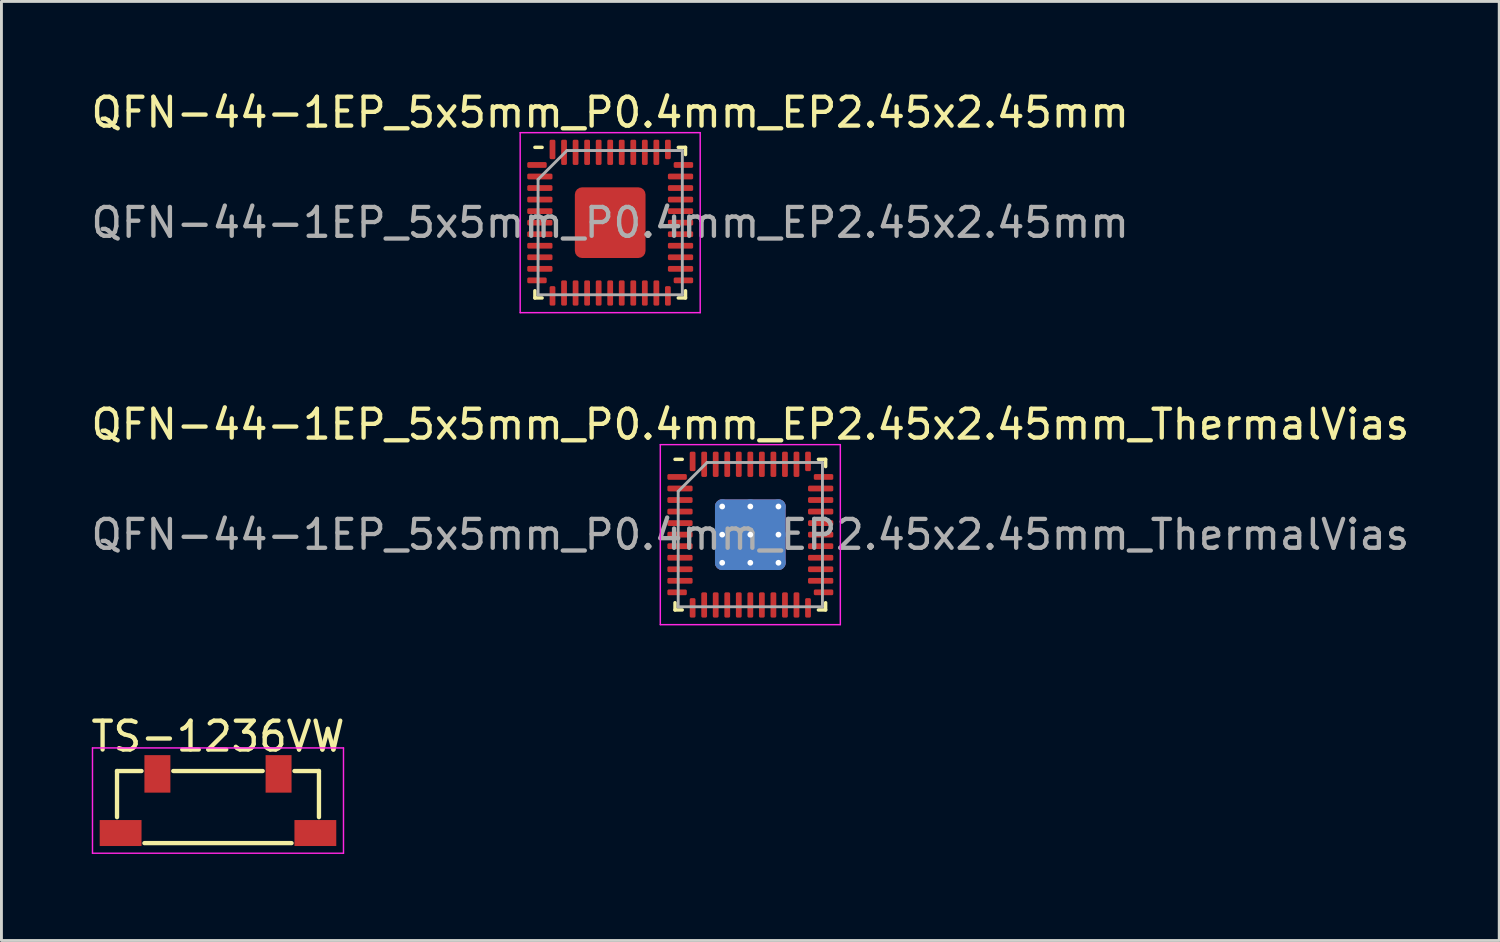
<source format=kicad_pcb>
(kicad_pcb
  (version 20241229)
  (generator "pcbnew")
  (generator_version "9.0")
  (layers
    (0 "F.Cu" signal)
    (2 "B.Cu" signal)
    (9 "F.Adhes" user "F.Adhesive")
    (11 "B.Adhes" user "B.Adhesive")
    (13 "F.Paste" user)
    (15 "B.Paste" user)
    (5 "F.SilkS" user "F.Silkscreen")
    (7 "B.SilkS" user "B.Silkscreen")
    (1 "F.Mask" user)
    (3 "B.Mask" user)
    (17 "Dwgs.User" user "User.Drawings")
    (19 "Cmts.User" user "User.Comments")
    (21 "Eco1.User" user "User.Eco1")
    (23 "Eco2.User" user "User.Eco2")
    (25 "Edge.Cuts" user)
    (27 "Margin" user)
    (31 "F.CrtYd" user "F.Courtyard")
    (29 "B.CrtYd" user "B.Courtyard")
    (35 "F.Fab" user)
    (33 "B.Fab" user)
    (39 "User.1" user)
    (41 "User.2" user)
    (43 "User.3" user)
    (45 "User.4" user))
  (footprint "TS-1236VW"
    (layer "F.Cu")
    (at 4.506 24.675)
    (property "Reference" "TS-1236VW" (at 0 -2.2 0) (layer "F.SilkS") (effects (font (size 1 1) (thickness 0.15))))
    (attr through_hole)
    (fp_line (start -3.5 -1) (end -3.5 0.6) (stroke (width 0.15) (type solid)) (layer "F.SilkS"))
    (fp_line (start -2.65 -1) (end -3.5 -1) (stroke (width 0.15) (type solid)) (layer "F.SilkS"))
    (fp_line (start -2.55 1.5) (end 2.55 1.5) (stroke (width 0.15) (type solid)) (layer "F.SilkS"))
    (fp_line (start 1.55 -1) (end -1.55 -1) (stroke (width 0.15) (type solid)) (layer "F.SilkS"))
    (fp_line (start 3.5 -1) (end 2.65 -1) (stroke (width 0.15) (type solid)) (layer "F.SilkS"))
    (fp_line (start 3.5 0.6) (end 3.5 -1) (stroke (width 0.15) (type solid)) (layer "F.SilkS"))
    (fp_line (start -4.35 -1.8) (end -4.35 1.85) (stroke (width 0.05) (type solid)) (layer "F.CrtYd"))
    (fp_line (start -4.35 1.85) (end 4.35 1.85) (stroke (width 0.05) (type solid)) (layer "F.CrtYd"))
    (fp_line (start 4.35 -1.8) (end -4.35 -1.8) (stroke (width 0.05) (type solid)) (layer "F.CrtYd"))
    (fp_line (start 4.35 1.85) (end 4.35 -1.8) (stroke (width 0.05) (type solid)) (layer "F.CrtYd"))
    (pad "1" smd rect (at -2.1 -0.9) (size 0.9 1.3) (layers "F.Cu" "F.Mask" "F.Paste"))
    (pad "2" smd rect (at 2.1 -0.9) (size 0.9 1.3) (layers "F.Cu" "F.Mask" "F.Paste"))
    (pad "M" smd rect (at -3.375 1.15) (size 1.45 0.9) (layers "F.Cu" "F.Mask" "F.Paste"))
    (pad "M" smd rect (at 3.375 1.15) (size 1.45 0.9) (layers "F.Cu" "F.Mask" "F.Paste")))
  (footprint "QFN-44-1EP_5x5mm_P0.4mm_EP2.45x2.45mm_ThermalVias"
    (layer "F.Cu")
    (at 22.958 15.482)
    (property "Reference" "QFN-44-1EP_5x5mm_P0.4mm_EP2.45x2.45mm_ThermalVias" (at 0 -3.82 0) (layer "F.SilkS") (effects (font (size 1 1) (thickness 0.15))))
    (attr smd)
    (fp_line (start -2.61 2.61) (end -2.61 2.36) (stroke (width 0.12) (type solid)) (layer "F.SilkS"))
    (fp_line (start -2.36 -2.61) (end -2.61 -2.61) (stroke (width 0.12) (type solid)) (layer "F.SilkS"))
    (fp_line (start -2.36 2.61) (end -2.61 2.61) (stroke (width 0.12) (type solid)) (layer "F.SilkS"))
    (fp_line (start 2.36 -2.61) (end 2.61 -2.61) (stroke (width 0.12) (type solid)) (layer "F.SilkS"))
    (fp_line (start 2.36 2.61) (end 2.61 2.61) (stroke (width 0.12) (type solid)) (layer "F.SilkS"))
    (fp_line (start 2.61 -2.61) (end 2.61 -2.36) (stroke (width 0.12) (type solid)) (layer "F.SilkS"))
    (fp_line (start 2.61 2.61) (end 2.61 2.36) (stroke (width 0.12) (type solid)) (layer "F.SilkS"))
    (fp_line (start -3.12 -3.12) (end -3.12 3.12) (stroke (width 0.05) (type solid)) (layer "F.CrtYd"))
    (fp_line (start -3.12 3.12) (end 3.12 3.12) (stroke (width 0.05) (type solid)) (layer "F.CrtYd"))
    (fp_line (start 3.12 -3.12) (end -3.12 -3.12) (stroke (width 0.05) (type solid)) (layer "F.CrtYd"))
    (fp_line (start 3.12 3.12) (end 3.12 -3.12) (stroke (width 0.05) (type solid)) (layer "F.CrtYd"))
    (fp_line (start -2.5 -1.5) (end -1.5 -2.5) (stroke (width 0.1) (type solid)) (layer "F.Fab"))
    (fp_line (start -2.5 2.5) (end -2.5 -1.5) (stroke (width 0.1) (type solid)) (layer "F.Fab"))
    (fp_line (start -1.5 -2.5) (end 2.5 -2.5) (stroke (width 0.1) (type solid)) (layer "F.Fab"))
    (fp_line (start 2.5 -2.5) (end 2.5 2.5) (stroke (width 0.1) (type solid)) (layer "F.Fab"))
    (fp_line (start 2.5 2.5) (end -2.5 2.5) (stroke (width 0.1) (type solid)) (layer "F.Fab"))
    (fp_text user "${REFERENCE}" (at 0 0 0) (layer "F.Fab") (effects (font (size 1 1) (thickness 0.15))))
    (pad "" smd custom (at -0.487 -0.487) (size 0.767 0.767) (layers "F.Paste") (options (anchor circle)) (primitives (gr_poly (pts (xy -0.293 -0.143) (xy -0.143 -0.293) (xy 0.143 -0.293) (xy 0.293 -0.143) (xy 0.293 0.143) (xy 0.143 0.293) (xy -0.143 0.293) (xy -0.293 0.143)) (width 0.363) (fill yes))))
    (pad "" smd custom (at -0.487 0.487) (size 0.767 0.767) (layers "F.Paste") (options (anchor circle)) (primitives (gr_poly (pts (xy -0.293 -0.143) (xy -0.143 -0.293) (xy 0.143 -0.293) (xy 0.293 -0.143) (xy 0.293 0.143) (xy 0.143 0.293) (xy -0.143 0.293) (xy -0.293 0.143)) (width 0.363) (fill yes))))
    (pad "" smd custom (at 0.487 -0.487) (size 0.767 0.767) (layers "F.Paste") (options (anchor circle)) (primitives (gr_poly (pts (xy -0.293 -0.143) (xy -0.143 -0.293) (xy 0.143 -0.293) (xy 0.293 -0.143) (xy 0.293 0.143) (xy 0.143 0.293) (xy -0.143 0.293) (xy -0.293 0.143)) (width 0.363) (fill yes))))
    (pad "" smd custom (at 0.487 0.487) (size 0.767 0.767) (layers "F.Paste") (options (anchor circle)) (primitives (gr_poly (pts (xy -0.293 -0.143) (xy -0.143 -0.293) (xy 0.143 -0.293) (xy 0.293 -0.143) (xy 0.293 0.143) (xy 0.143 0.293) (xy -0.143 0.293) (xy -0.293 0.143)) (width 0.363) (fill yes))))
    (pad "1" smd roundrect (at -2.538 -2) (size 0.675 0.2) (layers "F.Cu" "F.Mask" "F.Paste") (roundrect_rratio 0.25))
    (pad "2" smd roundrect (at -2.438 -1.6) (size 0.875 0.2) (layers "F.Cu" "F.Mask" "F.Paste") (roundrect_rratio 0.25))
    (pad "3" smd roundrect (at -2.438 -1.2) (size 0.875 0.2) (layers "F.Cu" "F.Mask" "F.Paste") (roundrect_rratio 0.25))
    (pad "4" smd roundrect (at -2.438 -0.8) (size 0.875 0.2) (layers "F.Cu" "F.Mask" "F.Paste") (roundrect_rratio 0.25))
    (pad "5" smd roundrect (at -2.438 -0.4) (size 0.875 0.2) (layers "F.Cu" "F.Mask" "F.Paste") (roundrect_rratio 0.25))
    (pad "6" smd roundrect (at -2.438 0) (size 0.875 0.2) (layers "F.Cu" "F.Mask" "F.Paste") (roundrect_rratio 0.25))
    (pad "7" smd roundrect (at -2.438 0.4) (size 0.875 0.2) (layers "F.Cu" "F.Mask" "F.Paste") (roundrect_rratio 0.25))
    (pad "8" smd roundrect (at -2.438 0.8) (size 0.875 0.2) (layers "F.Cu" "F.Mask" "F.Paste") (roundrect_rratio 0.25))
    (pad "9" smd roundrect (at -2.438 1.2) (size 0.875 0.2) (layers "F.Cu" "F.Mask" "F.Paste") (roundrect_rratio 0.25))
    (pad "10" smd roundrect (at -2.438 1.6) (size 0.875 0.2) (layers "F.Cu" "F.Mask" "F.Paste") (roundrect_rratio 0.25))
    (pad "11" smd roundrect (at -2.538 2) (size 0.675 0.2) (layers "F.Cu" "F.Mask" "F.Paste") (roundrect_rratio 0.25))
    (pad "12" smd roundrect (at -2 2.538) (size 0.2 0.675) (layers "F.Cu" "F.Mask" "F.Paste") (roundrect_rratio 0.25))
    (pad "13" smd roundrect (at -1.6 2.438) (size 0.2 0.875) (layers "F.Cu" "F.Mask" "F.Paste") (roundrect_rratio 0.25))
    (pad "14" smd roundrect (at -1.2 2.438) (size 0.2 0.875) (layers "F.Cu" "F.Mask" "F.Paste") (roundrect_rratio 0.25))
    (pad "15" smd roundrect (at -0.8 2.438) (size 0.2 0.875) (layers "F.Cu" "F.Mask" "F.Paste") (roundrect_rratio 0.25))
    (pad "16" smd roundrect (at -0.4 2.438) (size 0.2 0.875) (layers "F.Cu" "F.Mask" "F.Paste") (roundrect_rratio 0.25))
    (pad "17" smd roundrect (at 0 2.438) (size 0.2 0.875) (layers "F.Cu" "F.Mask" "F.Paste") (roundrect_rratio 0.25))
    (pad "18" smd roundrect (at 0.4 2.438) (size 0.2 0.875) (layers "F.Cu" "F.Mask" "F.Paste") (roundrect_rratio 0.25))
    (pad "19" smd roundrect (at 0.8 2.438) (size 0.2 0.875) (layers "F.Cu" "F.Mask" "F.Paste") (roundrect_rratio 0.25))
    (pad "20" smd roundrect (at 1.2 2.438) (size 0.2 0.875) (layers "F.Cu" "F.Mask" "F.Paste") (roundrect_rratio 0.25))
    (pad "21" smd roundrect (at 1.6 2.438) (size 0.2 0.875) (layers "F.Cu" "F.Mask" "F.Paste") (roundrect_rratio 0.25))
    (pad "22" smd roundrect (at 2 2.538) (size 0.2 0.675) (layers "F.Cu" "F.Mask" "F.Paste") (roundrect_rratio 0.25))
    (pad "23" smd roundrect (at 2.538 2) (size 0.675 0.2) (layers "F.Cu" "F.Mask" "F.Paste") (roundrect_rratio 0.25))
    (pad "24" smd roundrect (at 2.438 1.6) (size 0.875 0.2) (layers "F.Cu" "F.Mask" "F.Paste") (roundrect_rratio 0.25))
    (pad "25" smd roundrect (at 2.438 1.2) (size 0.875 0.2) (layers "F.Cu" "F.Mask" "F.Paste") (roundrect_rratio 0.25))
    (pad "26" smd roundrect (at 2.438 0.8) (size 0.875 0.2) (layers "F.Cu" "F.Mask" "F.Paste") (roundrect_rratio 0.25))
    (pad "27" smd roundrect (at 2.438 0.4) (size 0.875 0.2) (layers "F.Cu" "F.Mask" "F.Paste") (roundrect_rratio 0.25))
    (pad "28" smd roundrect (at 2.438 0) (size 0.875 0.2) (layers "F.Cu" "F.Mask" "F.Paste") (roundrect_rratio 0.25))
    (pad "29" smd roundrect (at 2.438 -0.4) (size 0.875 0.2) (layers "F.Cu" "F.Mask" "F.Paste") (roundrect_rratio 0.25))
    (pad "30" smd roundrect (at 2.438 -0.8) (size 0.875 0.2) (layers "F.Cu" "F.Mask" "F.Paste") (roundrect_rratio 0.25))
    (pad "31" smd roundrect (at 2.438 -1.2) (size 0.875 0.2) (layers "F.Cu" "F.Mask" "F.Paste") (roundrect_rratio 0.25))
    (pad "32" smd roundrect (at 2.438 -1.6) (size 0.875 0.2) (layers "F.Cu" "F.Mask" "F.Paste") (roundrect_rratio 0.25))
    (pad "33" smd roundrect (at 2.538 -2) (size 0.675 0.2) (layers "F.Cu" "F.Mask" "F.Paste") (roundrect_rratio 0.25))
    (pad "34" smd roundrect (at 2 -2.538) (size 0.2 0.675) (layers "F.Cu" "F.Mask" "F.Paste") (roundrect_rratio 0.25))
    (pad "35" smd roundrect (at 1.6 -2.438) (size 0.2 0.875) (layers "F.Cu" "F.Mask" "F.Paste") (roundrect_rratio 0.25))
    (pad "36" smd roundrect (at 1.2 -2.438) (size 0.2 0.875) (layers "F.Cu" "F.Mask" "F.Paste") (roundrect_rratio 0.25))
    (pad "37" smd roundrect (at 0.8 -2.438) (size 0.2 0.875) (layers "F.Cu" "F.Mask" "F.Paste") (roundrect_rratio 0.25))
    (pad "38" smd roundrect (at 0.4 -2.438) (size 0.2 0.875) (layers "F.Cu" "F.Mask" "F.Paste") (roundrect_rratio 0.25))
    (pad "39" smd roundrect (at 0 -2.438) (size 0.2 0.875) (layers "F.Cu" "F.Mask" "F.Paste") (roundrect_rratio 0.25))
    (pad "40" smd roundrect (at -0.4 -2.438) (size 0.2 0.875) (layers "F.Cu" "F.Mask" "F.Paste") (roundrect_rratio 0.25))
    (pad "41" smd roundrect (at -0.8 -2.438) (size 0.2 0.875) (layers "F.Cu" "F.Mask" "F.Paste") (roundrect_rratio 0.25))
    (pad "42" smd roundrect (at -1.2 -2.438) (size 0.2 0.875) (layers "F.Cu" "F.Mask" "F.Paste") (roundrect_rratio 0.25))
    (pad "43" smd roundrect (at -1.6 -2.438) (size 0.2 0.875) (layers "F.Cu" "F.Mask" "F.Paste") (roundrect_rratio 0.25))
    (pad "44" smd roundrect (at -2 -2.538) (size 0.2 0.675) (layers "F.Cu" "F.Mask" "F.Paste") (roundrect_rratio 0.25))
    (pad "45" thru_hole circle (at -0.975 -0.975) (size 0.5 0.5) (drill 0.2) (layers "*.Cu"))
    (pad "45" thru_hole circle (at -0.975 0) (size 0.5 0.5) (drill 0.2) (layers "*.Cu"))
    (pad "45" thru_hole circle (at -0.975 0.975) (size 0.5 0.5) (drill 0.2) (layers "*.Cu"))
    (pad "45" thru_hole circle (at 0 -0.975) (size 0.5 0.5) (drill 0.2) (layers "*.Cu"))
    (pad "45" thru_hole circle (at 0 0) (size 0.5 0.5) (drill 0.2) (layers "*.Cu"))
    (pad "45" smd roundrect (at 0 0) (size 2.45 2.45) (layers "F.Cu" "F.Mask") (roundrect_rratio 0.102))
    (pad "45" smd roundrect (at 0 0) (size 2.45 2.45) (layers "B.Cu") (roundrect_rratio 0.102))
    (pad "45" thru_hole circle (at 0 0.975) (size 0.5 0.5) (drill 0.2) (layers "*.Cu"))
    (pad "45" thru_hole circle (at 0.975 -0.975) (size 0.5 0.5) (drill 0.2) (layers "*.Cu"))
    (pad "45" thru_hole circle (at 0.975 0) (size 0.5 0.5) (drill 0.2) (layers "*.Cu"))
    (pad "45" thru_hole circle (at 0.975 0.975) (size 0.5 0.5) (drill 0.2) (layers "*.Cu")))
  (footprint "QFN-44-1EP_5x5mm_P0.4mm_EP2.45x2.45mm"
    (layer "F.Cu")
    (at 18.101 4.668)
    (property "Reference" "QFN-44-1EP_5x5mm_P0.4mm_EP2.45x2.45mm" (at 0 -3.82 0) (layer "F.SilkS") (effects (font (size 1 1) (thickness 0.15))))
    (attr smd)
    (fp_line (start -2.61 2.61) (end -2.61 2.36) (stroke (width 0.12) (type solid)) (layer "F.SilkS"))
    (fp_line (start -2.36 -2.61) (end -2.61 -2.61) (stroke (width 0.12) (type solid)) (layer "F.SilkS"))
    (fp_line (start -2.36 2.61) (end -2.61 2.61) (stroke (width 0.12) (type solid)) (layer "F.SilkS"))
    (fp_line (start 2.36 -2.61) (end 2.61 -2.61) (stroke (width 0.12) (type solid)) (layer "F.SilkS"))
    (fp_line (start 2.36 2.61) (end 2.61 2.61) (stroke (width 0.12) (type solid)) (layer "F.SilkS"))
    (fp_line (start 2.61 -2.61) (end 2.61 -2.36) (stroke (width 0.12) (type solid)) (layer "F.SilkS"))
    (fp_line (start 2.61 2.61) (end 2.61 2.36) (stroke (width 0.12) (type solid)) (layer "F.SilkS"))
    (fp_line (start -3.12 -3.12) (end -3.12 3.12) (stroke (width 0.05) (type solid)) (layer "F.CrtYd"))
    (fp_line (start -3.12 3.12) (end 3.12 3.12) (stroke (width 0.05) (type solid)) (layer "F.CrtYd"))
    (fp_line (start 3.12 -3.12) (end -3.12 -3.12) (stroke (width 0.05) (type solid)) (layer "F.CrtYd"))
    (fp_line (start 3.12 3.12) (end 3.12 -3.12) (stroke (width 0.05) (type solid)) (layer "F.CrtYd"))
    (fp_line (start -2.5 -1.5) (end -1.5 -2.5) (stroke (width 0.1) (type solid)) (layer "F.Fab"))
    (fp_line (start -2.5 2.5) (end -2.5 -1.5) (stroke (width 0.1) (type solid)) (layer "F.Fab"))
    (fp_line (start -1.5 -2.5) (end 2.5 -2.5) (stroke (width 0.1) (type solid)) (layer "F.Fab"))
    (fp_line (start 2.5 -2.5) (end 2.5 2.5) (stroke (width 0.1) (type solid)) (layer "F.Fab"))
    (fp_line (start 2.5 2.5) (end -2.5 2.5) (stroke (width 0.1) (type solid)) (layer "F.Fab"))
    (fp_text user "${REFERENCE}" (at 0 0 0) (layer "F.Fab") (effects (font (size 1 1) (thickness 0.15))))
    (pad "" smd roundrect (at -0.61 -0.61) (size 0.99 0.99) (layers "F.Paste") (roundrect_rratio 0.25))
    (pad "" smd roundrect (at -0.61 0.61) (size 0.99 0.99) (layers "F.Paste") (roundrect_rratio 0.25))
    (pad "" smd roundrect (at 0.61 -0.61) (size 0.99 0.99) (layers "F.Paste") (roundrect_rratio 0.25))
    (pad "" smd roundrect (at 0.61 0.61) (size 0.99 0.99) (layers "F.Paste") (roundrect_rratio 0.25))
    (pad "1" smd roundrect (at -2.538 -2) (size 0.675 0.2) (layers "F.Cu" "F.Mask" "F.Paste") (roundrect_rratio 0.25))
    (pad "2" smd roundrect (at -2.438 -1.6) (size 0.875 0.2) (layers "F.Cu" "F.Mask" "F.Paste") (roundrect_rratio 0.25))
    (pad "3" smd roundrect (at -2.438 -1.2) (size 0.875 0.2) (layers "F.Cu" "F.Mask" "F.Paste") (roundrect_rratio 0.25))
    (pad "4" smd roundrect (at -2.438 -0.8) (size 0.875 0.2) (layers "F.Cu" "F.Mask" "F.Paste") (roundrect_rratio 0.25))
    (pad "5" smd roundrect (at -2.438 -0.4) (size 0.875 0.2) (layers "F.Cu" "F.Mask" "F.Paste") (roundrect_rratio 0.25))
    (pad "6" smd roundrect (at -2.438 0) (size 0.875 0.2) (layers "F.Cu" "F.Mask" "F.Paste") (roundrect_rratio 0.25))
    (pad "7" smd roundrect (at -2.438 0.4) (size 0.875 0.2) (layers "F.Cu" "F.Mask" "F.Paste") (roundrect_rratio 0.25))
    (pad "8" smd roundrect (at -2.438 0.8) (size 0.875 0.2) (layers "F.Cu" "F.Mask" "F.Paste") (roundrect_rratio 0.25))
    (pad "9" smd roundrect (at -2.438 1.2) (size 0.875 0.2) (layers "F.Cu" "F.Mask" "F.Paste") (roundrect_rratio 0.25))
    (pad "10" smd roundrect (at -2.438 1.6) (size 0.875 0.2) (layers "F.Cu" "F.Mask" "F.Paste") (roundrect_rratio 0.25))
    (pad "11" smd roundrect (at -2.538 2) (size 0.675 0.2) (layers "F.Cu" "F.Mask" "F.Paste") (roundrect_rratio 0.25))
    (pad "12" smd roundrect (at -2 2.538) (size 0.2 0.675) (layers "F.Cu" "F.Mask" "F.Paste") (roundrect_rratio 0.25))
    (pad "13" smd roundrect (at -1.6 2.438) (size 0.2 0.875) (layers "F.Cu" "F.Mask" "F.Paste") (roundrect_rratio 0.25))
    (pad "14" smd roundrect (at -1.2 2.438) (size 0.2 0.875) (layers "F.Cu" "F.Mask" "F.Paste") (roundrect_rratio 0.25))
    (pad "15" smd roundrect (at -0.8 2.438) (size 0.2 0.875) (layers "F.Cu" "F.Mask" "F.Paste") (roundrect_rratio 0.25))
    (pad "16" smd roundrect (at -0.4 2.438) (size 0.2 0.875) (layers "F.Cu" "F.Mask" "F.Paste") (roundrect_rratio 0.25))
    (pad "17" smd roundrect (at 0 2.438) (size 0.2 0.875) (layers "F.Cu" "F.Mask" "F.Paste") (roundrect_rratio 0.25))
    (pad "18" smd roundrect (at 0.4 2.438) (size 0.2 0.875) (layers "F.Cu" "F.Mask" "F.Paste") (roundrect_rratio 0.25))
    (pad "19" smd roundrect (at 0.8 2.438) (size 0.2 0.875) (layers "F.Cu" "F.Mask" "F.Paste") (roundrect_rratio 0.25))
    (pad "20" smd roundrect (at 1.2 2.438) (size 0.2 0.875) (layers "F.Cu" "F.Mask" "F.Paste") (roundrect_rratio 0.25))
    (pad "21" smd roundrect (at 1.6 2.438) (size 0.2 0.875) (layers "F.Cu" "F.Mask" "F.Paste") (roundrect_rratio 0.25))
    (pad "22" smd roundrect (at 2 2.538) (size 0.2 0.675) (layers "F.Cu" "F.Mask" "F.Paste") (roundrect_rratio 0.25))
    (pad "23" smd roundrect (at 2.538 2) (size 0.675 0.2) (layers "F.Cu" "F.Mask" "F.Paste") (roundrect_rratio 0.25))
    (pad "24" smd roundrect (at 2.438 1.6) (size 0.875 0.2) (layers "F.Cu" "F.Mask" "F.Paste") (roundrect_rratio 0.25))
    (pad "25" smd roundrect (at 2.438 1.2) (size 0.875 0.2) (layers "F.Cu" "F.Mask" "F.Paste") (roundrect_rratio 0.25))
    (pad "26" smd roundrect (at 2.438 0.8) (size 0.875 0.2) (layers "F.Cu" "F.Mask" "F.Paste") (roundrect_rratio 0.25))
    (pad "27" smd roundrect (at 2.438 0.4) (size 0.875 0.2) (layers "F.Cu" "F.Mask" "F.Paste") (roundrect_rratio 0.25))
    (pad "28" smd roundrect (at 2.438 0) (size 0.875 0.2) (layers "F.Cu" "F.Mask" "F.Paste") (roundrect_rratio 0.25))
    (pad "29" smd roundrect (at 2.438 -0.4) (size 0.875 0.2) (layers "F.Cu" "F.Mask" "F.Paste") (roundrect_rratio 0.25))
    (pad "30" smd roundrect (at 2.438 -0.8) (size 0.875 0.2) (layers "F.Cu" "F.Mask" "F.Paste") (roundrect_rratio 0.25))
    (pad "31" smd roundrect (at 2.438 -1.2) (size 0.875 0.2) (layers "F.Cu" "F.Mask" "F.Paste") (roundrect_rratio 0.25))
    (pad "32" smd roundrect (at 2.438 -1.6) (size 0.875 0.2) (layers "F.Cu" "F.Mask" "F.Paste") (roundrect_rratio 0.25))
    (pad "33" smd roundrect (at 2.538 -2) (size 0.675 0.2) (layers "F.Cu" "F.Mask" "F.Paste") (roundrect_rratio 0.25))
    (pad "34" smd roundrect (at 2 -2.538) (size 0.2 0.675) (layers "F.Cu" "F.Mask" "F.Paste") (roundrect_rratio 0.25))
    (pad "35" smd roundrect (at 1.6 -2.438) (size 0.2 0.875) (layers "F.Cu" "F.Mask" "F.Paste") (roundrect_rratio 0.25))
    (pad "36" smd roundrect (at 1.2 -2.438) (size 0.2 0.875) (layers "F.Cu" "F.Mask" "F.Paste") (roundrect_rratio 0.25))
    (pad "37" smd roundrect (at 0.8 -2.438) (size 0.2 0.875) (layers "F.Cu" "F.Mask" "F.Paste") (roundrect_rratio 0.25))
    (pad "38" smd roundrect (at 0.4 -2.438) (size 0.2 0.875) (layers "F.Cu" "F.Mask" "F.Paste") (roundrect_rratio 0.25))
    (pad "39" smd roundrect (at 0 -2.438) (size 0.2 0.875) (layers "F.Cu" "F.Mask" "F.Paste") (roundrect_rratio 0.25))
    (pad "40" smd roundrect (at -0.4 -2.438) (size 0.2 0.875) (layers "F.Cu" "F.Mask" "F.Paste") (roundrect_rratio 0.25))
    (pad "41" smd roundrect (at -0.8 -2.438) (size 0.2 0.875) (layers "F.Cu" "F.Mask" "F.Paste") (roundrect_rratio 0.25))
    (pad "42" smd roundrect (at -1.2 -2.438) (size 0.2 0.875) (layers "F.Cu" "F.Mask" "F.Paste") (roundrect_rratio 0.25))
    (pad "43" smd roundrect (at -1.6 -2.438) (size 0.2 0.875) (layers "F.Cu" "F.Mask" "F.Paste") (roundrect_rratio 0.25))
    (pad "44" smd roundrect (at -2 -2.538) (size 0.2 0.675) (layers "F.Cu" "F.Mask" "F.Paste") (roundrect_rratio 0.25))
    (pad "45" smd roundrect (at 0 0) (size 2.45 2.45) (layers "F.Cu" "F.Mask") (roundrect_rratio 0.102)))
  (gr_rect
    (start -3 -3)
    (end 48.917 29.55)
    (stroke (width 0.1) (type default))
    (fill no)
    (layer "Edge.Cuts")))
</source>
